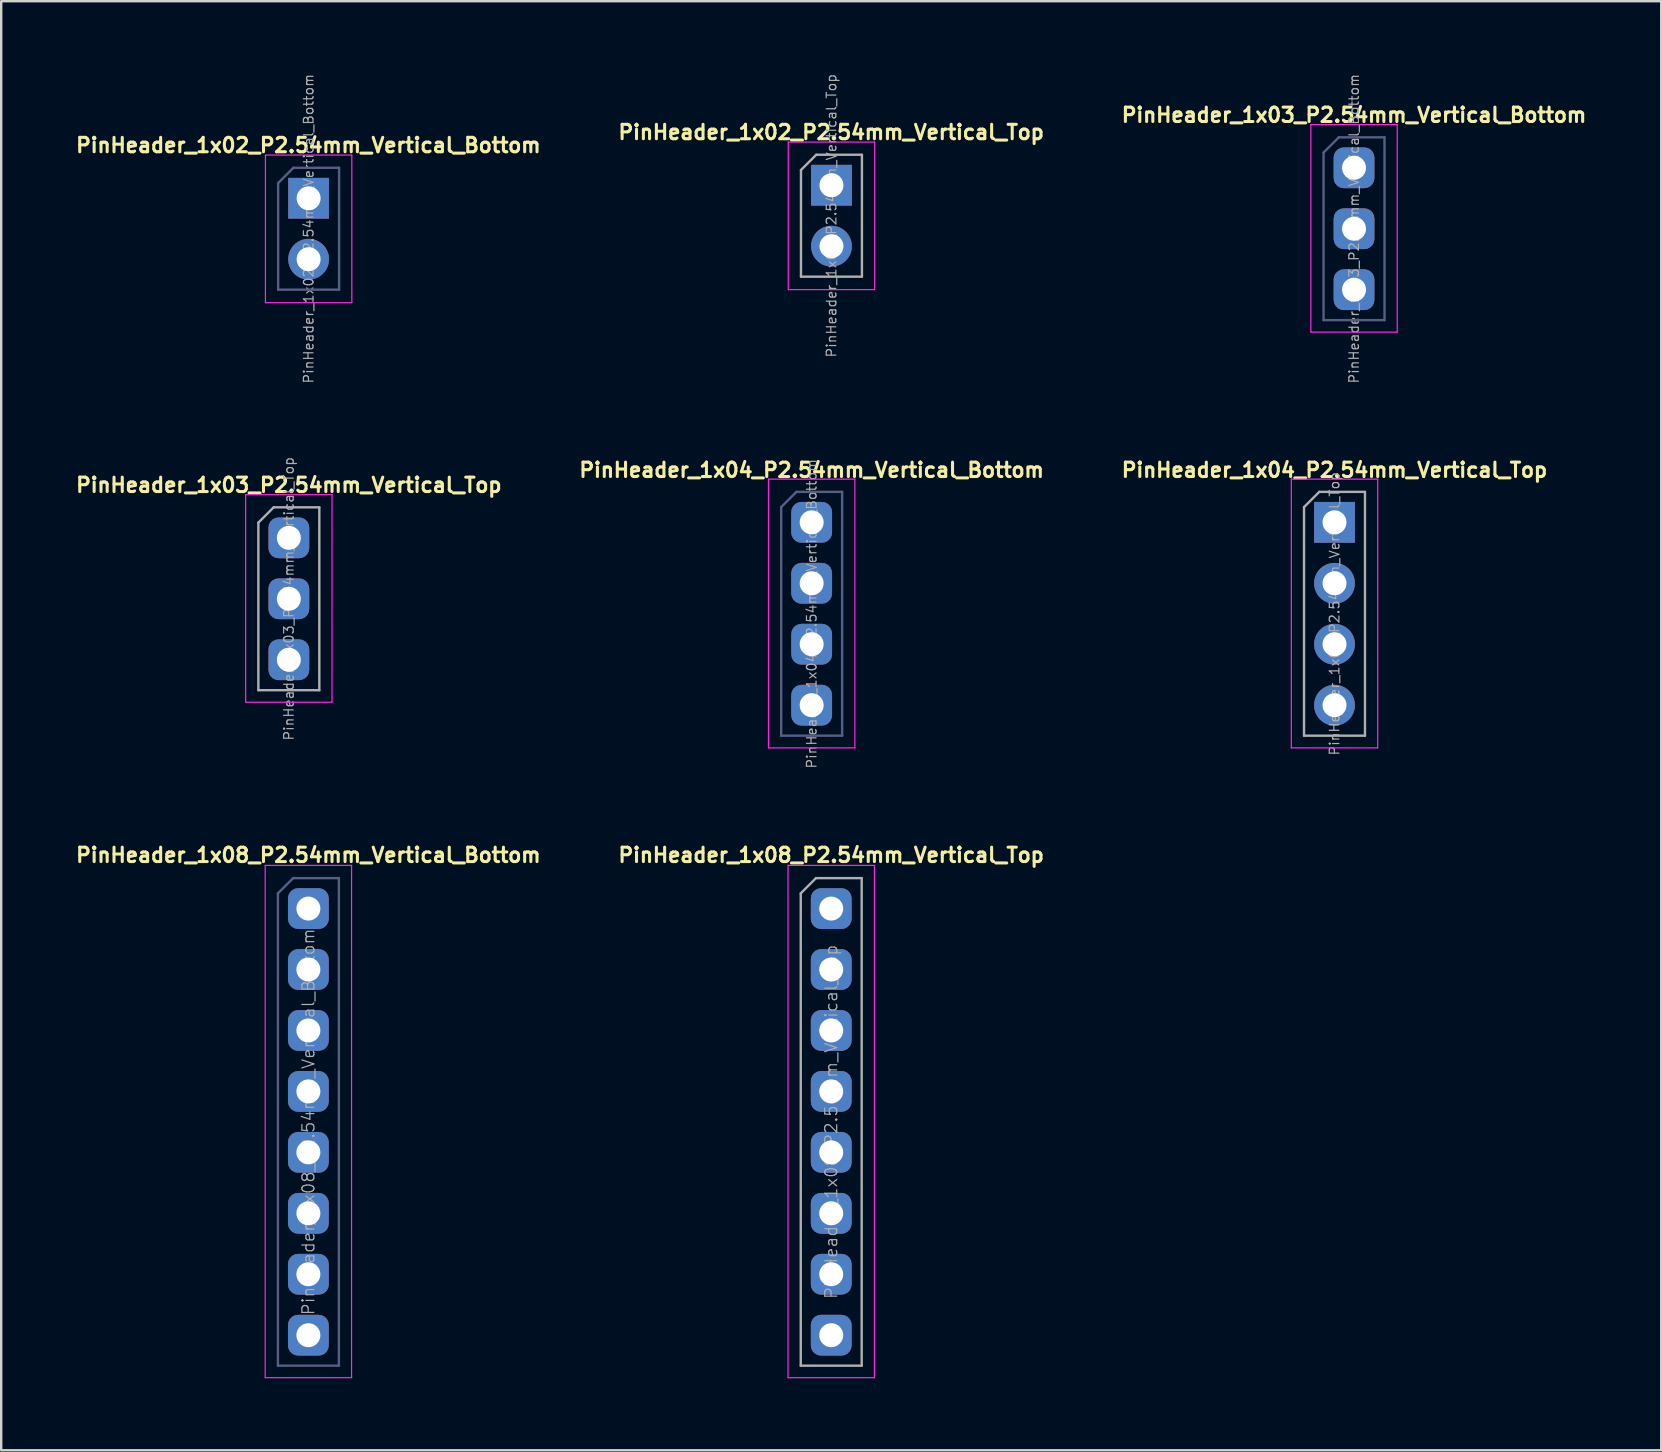
<source format=kicad_pcb>
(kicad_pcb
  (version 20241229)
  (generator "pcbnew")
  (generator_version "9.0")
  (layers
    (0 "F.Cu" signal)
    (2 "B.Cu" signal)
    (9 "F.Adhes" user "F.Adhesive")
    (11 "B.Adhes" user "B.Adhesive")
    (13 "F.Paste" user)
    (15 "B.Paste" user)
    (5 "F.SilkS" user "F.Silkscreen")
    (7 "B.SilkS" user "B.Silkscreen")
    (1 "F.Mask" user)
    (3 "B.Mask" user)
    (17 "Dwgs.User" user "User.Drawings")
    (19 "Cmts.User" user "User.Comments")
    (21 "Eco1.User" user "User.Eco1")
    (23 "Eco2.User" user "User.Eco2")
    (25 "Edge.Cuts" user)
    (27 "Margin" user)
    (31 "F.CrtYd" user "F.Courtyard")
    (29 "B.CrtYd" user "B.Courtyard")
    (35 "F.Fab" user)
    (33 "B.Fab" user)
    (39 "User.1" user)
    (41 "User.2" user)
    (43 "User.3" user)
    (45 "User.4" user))
  (footprint "PinHeader_1x02_P2.54mm_Vertical_Top"
    (layer "F.Cu")
    (at 31.602 4.67)
    (property "Reference" "PinHeader_1x02_P2.54mm_Vertical_Top" (at -0.01 -2.21 0) (layer "F.SilkS") (effects (font (size 0.6 0.6) (thickness 0.127))))
    (attr through_hole)
    (fp_line (start -1.8 -1.8) (end -1.8 4.35) (stroke (width 0.05) (type solid)) (layer "F.CrtYd"))
    (fp_line (start -1.8 4.35) (end 1.8 4.35) (stroke (width 0.05) (type solid)) (layer "F.CrtYd"))
    (fp_line (start 1.8 -1.8) (end -1.8 -1.8) (stroke (width 0.05) (type solid)) (layer "F.CrtYd"))
    (fp_line (start 1.8 4.35) (end 1.8 -1.8) (stroke (width 0.05) (type solid)) (layer "F.CrtYd"))
    (fp_line (start -1.27 -0.635) (end -0.635 -1.27) (stroke (width 0.1) (type solid)) (layer "F.Fab"))
    (fp_line (start -1.27 3.81) (end -1.27 -0.635) (stroke (width 0.1) (type solid)) (layer "F.Fab"))
    (fp_line (start -0.635 -1.27) (end 1.27 -1.27) (stroke (width 0.1) (type solid)) (layer "F.Fab"))
    (fp_line (start 1.27 -1.27) (end 1.27 3.81) (stroke (width 0.1) (type solid)) (layer "F.Fab"))
    (fp_line (start 1.27 3.81) (end -1.27 3.81) (stroke (width 0.1) (type solid)) (layer "F.Fab"))
    (fp_text user "${REFERENCE}" (at 0 1.27 90) (layer "F.Fab") (effects (font (size 0.4 0.4) (thickness 0.05))))
    (pad "1" thru_hole rect (at 0 0) (size 1.7 1.7) (drill 1) (layers "*.Cu" "*.Mask"))
    (pad "2" thru_hole oval (at 0 2.54) (size 1.7 1.7) (drill 1) (layers "*.Cu" "*.Mask")))
  (footprint "PinHeader_1x08_P2.54mm_Vertical_Top"
    (layer "F.Cu")
    (at 31.592 34.816)
    (property "Reference" "PinHeader_1x08_P2.54mm_Vertical_Top" (at 0 -2.23 0) (layer "F.SilkS") (effects (font (size 0.6 0.6) (thickness 0.127))))
    (attr through_hole)
    (fp_line (start -1.8 -1.8) (end -1.8 19.55) (stroke (width 0.05) (type solid)) (layer "F.CrtYd"))
    (fp_line (start -1.8 19.55) (end 1.8 19.55) (stroke (width 0.05) (type solid)) (layer "F.CrtYd"))
    (fp_line (start 1.8 -1.8) (end -1.8 -1.8) (stroke (width 0.05) (type solid)) (layer "F.CrtYd"))
    (fp_line (start 1.8 19.55) (end 1.8 -1.8) (stroke (width 0.05) (type solid)) (layer "F.CrtYd"))
    (fp_line (start -1.27 -0.635) (end -0.635 -1.27) (stroke (width 0.1) (type solid)) (layer "F.Fab"))
    (fp_line (start -1.27 19.05) (end -1.27 -0.635) (stroke (width 0.1) (type solid)) (layer "F.Fab"))
    (fp_line (start -0.635 -1.27) (end 1.27 -1.27) (stroke (width 0.1) (type solid)) (layer "F.Fab"))
    (fp_line (start 1.27 -1.27) (end 1.27 19.05) (stroke (width 0.1) (type solid)) (layer "F.Fab"))
    (fp_line (start 1.27 19.05) (end -1.27 19.05) (stroke (width 0.1) (type solid)) (layer "F.Fab"))
    (fp_text user "${REFERENCE}" (at 0 8.89 90) (layer "F.Fab") (effects (font (size 0.5 0.5) (thickness 0.05))))
    (pad "1" thru_hole roundrect (at 0 0) (size 1.7 1.7) (drill 1) (layers "*.Cu" "*.Mask") (roundrect_rratio 0.25))
    (pad "2" thru_hole roundrect (at 0 2.54) (size 1.7 1.7) (drill 1) (layers "*.Cu" "*.Mask") (roundrect_rratio 0.25))
    (pad "3" thru_hole roundrect (at 0 5.08) (size 1.7 1.7) (drill 1) (layers "*.Cu" "*.Mask") (roundrect_rratio 0.25))
    (pad "4" thru_hole roundrect (at 0 7.62) (size 1.7 1.7) (drill 1) (layers "*.Cu" "*.Mask") (roundrect_rratio 0.25))
    (pad "5" thru_hole roundrect (at 0 10.16) (size 1.7 1.7) (drill 1) (layers "*.Cu" "*.Mask") (roundrect_rratio 0.25))
    (pad "6" thru_hole roundrect (at 0 12.7) (size 1.7 1.7) (drill 1) (layers "*.Cu" "*.Mask") (roundrect_rratio 0.25))
    (pad "7" thru_hole roundrect (at 0 15.24) (size 1.7 1.7) (drill 1) (layers "*.Cu" "*.Mask") (roundrect_rratio 0.25))
    (pad "8" thru_hole roundrect (at 0 17.78) (size 1.7 1.7) (drill 1) (layers "*.Cu" "*.Mask") (roundrect_rratio 0.25)))
  (footprint "PinHeader_1x02_P2.54mm_Vertical_Bottom"
    (layer "F.Cu")
    (at 9.812 5.213)
    (property "Reference" "PinHeader_1x02_P2.54mm_Vertical_Bottom" (at -0.01 -2.21 0) (layer "F.SilkS") (effects (font (size 0.6 0.6) (thickness 0.127))))
    (attr through_hole)
    (fp_line (start -1.8 -1.8) (end -1.8 4.35) (stroke (width 0.05) (type solid)) (layer "F.CrtYd"))
    (fp_line (start -1.8 4.35) (end 1.8 4.35) (stroke (width 0.05) (type solid)) (layer "F.CrtYd"))
    (fp_line (start 1.8 -1.8) (end -1.8 -1.8) (stroke (width 0.05) (type solid)) (layer "F.CrtYd"))
    (fp_line (start 1.8 4.35) (end 1.8 -1.8) (stroke (width 0.05) (type solid)) (layer "F.CrtYd"))
    (fp_line (start -1.27 -0.635) (end -0.635 -1.27) (stroke (width 0.1) (type solid)) (layer "B.Fab"))
    (fp_line (start -1.27 3.81) (end -1.27 -0.635) (stroke (width 0.1) (type solid)) (layer "B.Fab"))
    (fp_line (start -0.635 -1.27) (end 1.27 -1.27) (stroke (width 0.1) (type solid)) (layer "B.Fab"))
    (fp_line (start 1.27 -1.27) (end 1.27 3.81) (stroke (width 0.1) (type solid)) (layer "B.Fab"))
    (fp_line (start 1.27 3.81) (end -1.27 3.81) (stroke (width 0.1) (type solid)) (layer "B.Fab"))
    (fp_text user "${REFERENCE}" (at 0 1.27 90) (layer "F.Fab") (effects (font (size 0.4 0.4) (thickness 0.05))))
    (pad "1" thru_hole rect (at 0 0) (size 1.7 1.7) (drill 1) (layers "*.Cu" "*.Mask"))
    (pad "2" thru_hole oval (at 0 2.54) (size 1.7 1.7) (drill 1) (layers "*.Cu" "*.Mask")))
  (footprint "PinHeader_1x04_P2.54mm_Vertical_Top"
    (layer "F.Cu")
    (at 52.567 18.719)
    (property "Reference" "PinHeader_1x04_P2.54mm_Vertical_Top" (at 0 -2.18 0) (layer "F.SilkS") (effects (font (size 0.6 0.6) (thickness 0.127))))
    (attr through_hole)
    (fp_line (start -1.8 -1.8) (end -1.8 9.4) (stroke (width 0.05) (type solid)) (layer "F.CrtYd"))
    (fp_line (start -1.8 9.4) (end 1.8 9.4) (stroke (width 0.05) (type solid)) (layer "F.CrtYd"))
    (fp_line (start 1.8 -1.8) (end -1.8 -1.8) (stroke (width 0.05) (type solid)) (layer "F.CrtYd"))
    (fp_line (start 1.8 9.4) (end 1.8 -1.8) (stroke (width 0.05) (type solid)) (layer "F.CrtYd"))
    (fp_line (start -1.27 -0.635) (end -0.635 -1.27) (stroke (width 0.1) (type solid)) (layer "F.Fab"))
    (fp_line (start -1.27 8.89) (end -1.27 -0.635) (stroke (width 0.1) (type solid)) (layer "F.Fab"))
    (fp_line (start -0.635 -1.27) (end 1.27 -1.27) (stroke (width 0.1) (type solid)) (layer "F.Fab"))
    (fp_line (start 1.27 -1.27) (end 1.27 8.89) (stroke (width 0.1) (type solid)) (layer "F.Fab"))
    (fp_line (start 1.27 8.89) (end -1.27 8.89) (stroke (width 0.1) (type solid)) (layer "F.Fab"))
    (fp_text user "${REFERENCE}" (at 0 3.81 90) (layer "F.Fab") (effects (font (size 0.4 0.4) (thickness 0.05))))
    (pad "1" thru_hole rect (at 0 0) (size 1.7 1.7) (drill 1) (layers "*.Cu" "*.Mask"))
    (pad "2" thru_hole oval (at 0 2.54) (size 1.7 1.7) (drill 1) (layers "*.Cu" "*.Mask"))
    (pad "3" thru_hole oval (at 0 5.08) (size 1.7 1.7) (drill 1) (layers "*.Cu" "*.Mask"))
    (pad "4" thru_hole oval (at 0 7.62) (size 1.7 1.7) (drill 1) (layers "*.Cu" "*.Mask")))
  (footprint "PinHeader_1x08_P2.54mm_Vertical_Bottom"
    (layer "F.Cu")
    (at 9.802 34.816)
    (property "Reference" "PinHeader_1x08_P2.54mm_Vertical_Bottom" (at 0 -2.23 0) (layer "F.SilkS") (effects (font (size 0.6 0.6) (thickness 0.127))))
    (attr through_hole)
    (fp_line (start -1.8 -1.8) (end -1.8 19.55) (stroke (width 0.05) (type solid)) (layer "F.CrtYd"))
    (fp_line (start -1.8 19.55) (end 1.8 19.55) (stroke (width 0.05) (type solid)) (layer "F.CrtYd"))
    (fp_line (start 1.8 -1.8) (end -1.8 -1.8) (stroke (width 0.05) (type solid)) (layer "F.CrtYd"))
    (fp_line (start 1.8 19.55) (end 1.8 -1.8) (stroke (width 0.05) (type solid)) (layer "F.CrtYd"))
    (fp_line (start -1.27 -0.635) (end -0.635 -1.27) (stroke (width 0.1) (type solid)) (layer "B.Fab"))
    (fp_line (start -1.27 19.05) (end -1.27 -0.635) (stroke (width 0.1) (type solid)) (layer "B.Fab"))
    (fp_line (start -0.635 -1.27) (end 1.27 -1.27) (stroke (width 0.1) (type solid)) (layer "B.Fab"))
    (fp_line (start 1.27 -1.27) (end 1.27 19.05) (stroke (width 0.1) (type solid)) (layer "B.Fab"))
    (fp_line (start 1.27 19.05) (end -1.27 19.05) (stroke (width 0.1) (type solid)) (layer "B.Fab"))
    (fp_text user "${REFERENCE}" (at 0 8.89 90) (layer "F.Fab") (effects (font (size 0.5 0.5) (thickness 0.05))))
    (pad "1" thru_hole roundrect (at 0 0) (size 1.7 1.7) (drill 1) (layers "*.Cu" "*.Mask") (roundrect_rratio 0.25))
    (pad "2" thru_hole roundrect (at 0 2.54) (size 1.7 1.7) (drill 1) (layers "*.Cu" "*.Mask") (roundrect_rratio 0.25))
    (pad "3" thru_hole roundrect (at 0 5.08) (size 1.7 1.7) (drill 1) (layers "*.Cu" "*.Mask") (roundrect_rratio 0.25))
    (pad "4" thru_hole roundrect (at 0 7.62) (size 1.7 1.7) (drill 1) (layers "*.Cu" "*.Mask") (roundrect_rratio 0.25))
    (pad "5" thru_hole roundrect (at 0 10.16) (size 1.7 1.7) (drill 1) (layers "*.Cu" "*.Mask") (roundrect_rratio 0.25))
    (pad "6" thru_hole roundrect (at 0 12.7) (size 1.7 1.7) (drill 1) (layers "*.Cu" "*.Mask") (roundrect_rratio 0.25))
    (pad "7" thru_hole roundrect (at 0 15.24) (size 1.7 1.7) (drill 1) (layers "*.Cu" "*.Mask") (roundrect_rratio 0.25))
    (pad "8" thru_hole roundrect (at 0 17.78) (size 1.7 1.7) (drill 1) (layers "*.Cu" "*.Mask") (roundrect_rratio 0.25)))
  (footprint "PinHeader_1x04_P2.54mm_Vertical_Bottom"
    (layer "F.Cu")
    (at 30.777 18.719)
    (property "Reference" "PinHeader_1x04_P2.54mm_Vertical_Bottom" (at 0 -2.18 0) (layer "F.SilkS") (effects (font (size 0.6 0.6) (thickness 0.127))))
    (attr through_hole)
    (fp_line (start -1.8 -1.8) (end -1.8 9.4) (stroke (width 0.05) (type solid)) (layer "F.CrtYd"))
    (fp_line (start -1.8 9.4) (end 1.8 9.4) (stroke (width 0.05) (type solid)) (layer "F.CrtYd"))
    (fp_line (start 1.8 -1.8) (end -1.8 -1.8) (stroke (width 0.05) (type solid)) (layer "F.CrtYd"))
    (fp_line (start 1.8 9.4) (end 1.8 -1.8) (stroke (width 0.05) (type solid)) (layer "F.CrtYd"))
    (fp_line (start -1.27 -0.635) (end -0.635 -1.27) (stroke (width 0.1) (type solid)) (layer "B.Fab"))
    (fp_line (start -1.27 8.89) (end -1.27 -0.635) (stroke (width 0.1) (type solid)) (layer "B.Fab"))
    (fp_line (start -0.635 -1.27) (end 1.27 -1.27) (stroke (width 0.1) (type solid)) (layer "B.Fab"))
    (fp_line (start 1.27 -1.27) (end 1.27 8.89) (stroke (width 0.1) (type solid)) (layer "B.Fab"))
    (fp_line (start 1.27 8.89) (end -1.27 8.89) (stroke (width 0.1) (type solid)) (layer "B.Fab"))
    (fp_text user "${REFERENCE}" (at 0 3.81 90) (layer "F.Fab") (effects (font (size 0.4 0.4) (thickness 0.05))))
    (pad "1" thru_hole roundrect (at 0 0) (size 1.7 1.7) (drill 1) (layers "*.Cu" "*.Mask") (roundrect_rratio 0.25))
    (pad "2" thru_hole roundrect (at 0 2.54) (size 1.7 1.7) (drill 1) (layers "*.Cu" "*.Mask") (roundrect_rratio 0.25))
    (pad "3" thru_hole roundrect (at 0 5.08) (size 1.7 1.7) (drill 1) (layers "*.Cu" "*.Mask") (roundrect_rratio 0.25))
    (pad "4" thru_hole roundrect (at 0 7.62) (size 1.7 1.7) (drill 1) (layers "*.Cu" "*.Mask") (roundrect_rratio 0.25)))
  (footprint "PinHeader_1x03_P2.54mm_Vertical_Top"
    (layer "F.Cu")
    (at 8.988 19.365)
    (property "Reference" "PinHeader_1x03_P2.54mm_Vertical_Top" (at 0 -2.2 0) (layer "F.SilkS") (effects (font (size 0.6 0.6) (thickness 0.127))))
    (attr through_hole)
    (fp_line (start -1.8 -1.8) (end -1.8 6.85) (stroke (width 0.05) (type solid)) (layer "F.CrtYd"))
    (fp_line (start -1.8 6.85) (end 1.8 6.85) (stroke (width 0.05) (type solid)) (layer "F.CrtYd"))
    (fp_line (start 1.8 -1.8) (end -1.8 -1.8) (stroke (width 0.05) (type solid)) (layer "F.CrtYd"))
    (fp_line (start 1.8 6.85) (end 1.8 -1.8) (stroke (width 0.05) (type solid)) (layer "F.CrtYd"))
    (fp_line (start -1.27 -0.635) (end -0.635 -1.27) (stroke (width 0.1) (type solid)) (layer "F.Fab"))
    (fp_line (start -1.27 6.35) (end -1.27 -0.635) (stroke (width 0.1) (type solid)) (layer "F.Fab"))
    (fp_line (start -0.635 -1.27) (end 1.27 -1.27) (stroke (width 0.1) (type solid)) (layer "F.Fab"))
    (fp_line (start 1.27 -1.27) (end 1.27 6.35) (stroke (width 0.1) (type solid)) (layer "F.Fab"))
    (fp_line (start 1.27 6.35) (end -1.27 6.35) (stroke (width 0.1) (type solid)) (layer "F.Fab"))
    (fp_text user "${REFERENCE}" (at 0 2.54 90) (layer "F.Fab") (effects (font (size 0.4 0.4) (thickness 0.05))))
    (pad "1" thru_hole roundrect (at 0 0) (size 1.7 1.7) (drill 1) (layers "*.Cu" "*.Mask") (roundrect_rratio 0.25))
    (pad "2" thru_hole roundrect (at 0 2.54) (size 1.7 1.7) (drill 1) (layers "*.Cu" "*.Mask") (roundrect_rratio 0.25))
    (pad "3" thru_hole roundrect (at 0 5.08) (size 1.7 1.7) (drill 1) (layers "*.Cu" "*.Mask") (roundrect_rratio 0.25)))
  (footprint "PinHeader_1x03_P2.54mm_Vertical_Bottom"
    (layer "F.Cu")
    (at 53.381 3.943)
    (property "Reference" "PinHeader_1x03_P2.54mm_Vertical_Bottom" (at 0 -2.2 0) (layer "F.SilkS") (effects (font (size 0.6 0.6) (thickness 0.127))))
    (attr through_hole)
    (fp_line (start -1.8 -1.8) (end -1.8 6.85) (stroke (width 0.05) (type solid)) (layer "F.CrtYd"))
    (fp_line (start -1.8 6.85) (end 1.8 6.85) (stroke (width 0.05) (type solid)) (layer "F.CrtYd"))
    (fp_line (start 1.8 -1.8) (end -1.8 -1.8) (stroke (width 0.05) (type solid)) (layer "F.CrtYd"))
    (fp_line (start 1.8 6.85) (end 1.8 -1.8) (stroke (width 0.05) (type solid)) (layer "F.CrtYd"))
    (fp_line (start -1.27 -0.635) (end -0.635 -1.27) (stroke (width 0.1) (type solid)) (layer "B.Fab"))
    (fp_line (start -1.27 6.35) (end -1.27 -0.635) (stroke (width 0.1) (type solid)) (layer "B.Fab"))
    (fp_line (start -0.635 -1.27) (end 1.27 -1.27) (stroke (width 0.1) (type solid)) (layer "B.Fab"))
    (fp_line (start 1.27 -1.27) (end 1.27 6.35) (stroke (width 0.1) (type solid)) (layer "B.Fab"))
    (fp_line (start 1.27 6.35) (end -1.27 6.35) (stroke (width 0.1) (type solid)) (layer "B.Fab"))
    (fp_text user "${REFERENCE}" (at 0 2.54 90) (layer "F.Fab") (effects (font (size 0.4 0.4) (thickness 0.05))))
    (pad "1" thru_hole roundrect (at 0 0) (size 1.7 1.7) (drill 1) (layers "*.Cu" "*.Mask") (roundrect_rratio 0.25))
    (pad "2" thru_hole roundrect (at 0 2.54) (size 1.7 1.7) (drill 1) (layers "*.Cu" "*.Mask") (roundrect_rratio 0.25))
    (pad "3" thru_hole roundrect (at 0 5.08) (size 1.7 1.7) (drill 1) (layers "*.Cu" "*.Mask") (roundrect_rratio 0.25)))
  (gr_rect
    (start -3 -3)
    (end 66.183 57.391)
    (stroke (width 0.1) (type default))
    (fill no)
    (layer "Edge.Cuts")))
</source>
